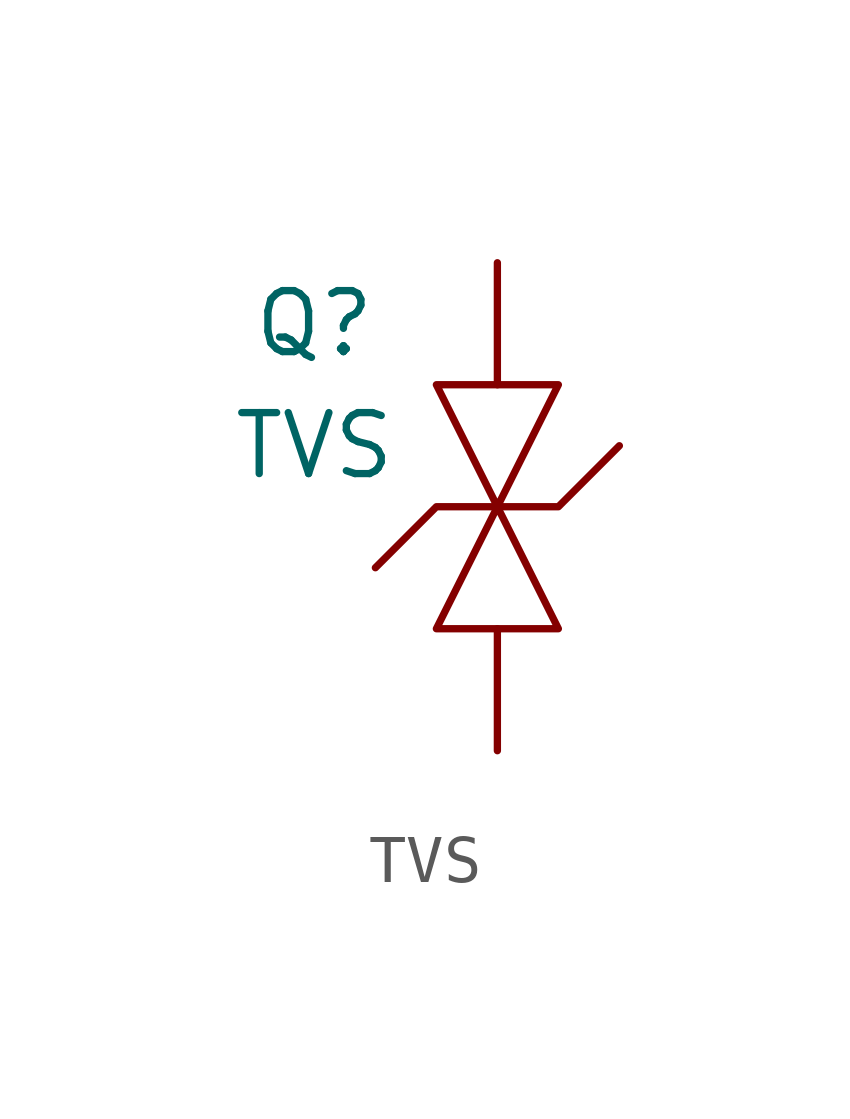
<source format=kicad_sym>
(kicad_symbol_lib
  (version 20220126)
  (generator kicad_symbol_editor)
  (symbol "TVS"
    (pin_names
      (offset 1.016))
    (property "Reference" "Q"
      (at -3.81 0 0)
      (effects (font (size 1.27 1.27))))
    (property "Value" "TVS"
      (at -3.81 -2.54 0)
      (effects (font (size 1.27 1.27))))
    (symbol "TVS_0_1"
      (polyline (pts (xy -2.54 -5.08) (xy -1.27 -3.81) (xy 1.27 -3.81) (xy 2.54 -2.54)) (stroke (width 0) (type default)) (fill (type none)))
      (polyline (pts (xy 0 -3.81) (xy -1.27 -6.35) (xy 1.27 -6.35) (xy 0 -3.81) (xy -1.27 -1.27) (xy 1.27 -1.27) (xy 0 -3.81)) (stroke (width 0) (type default)) (fill (type none))))
    (symbol "TVS_1_1"
      (pin input line (at 0 -8.89 90) (length 2.54) (name "~" (effects (font (size 1.27 1.27)))) (number "~" (effects (font (size 1.27 1.27)))))
      (pin input line (at 0 1.27 270) (length 2.54) (name "~" (effects (font (size 1.27 1.27)))) (number "~" (effects (font (size 1.27 1.27))))))))
</source>
